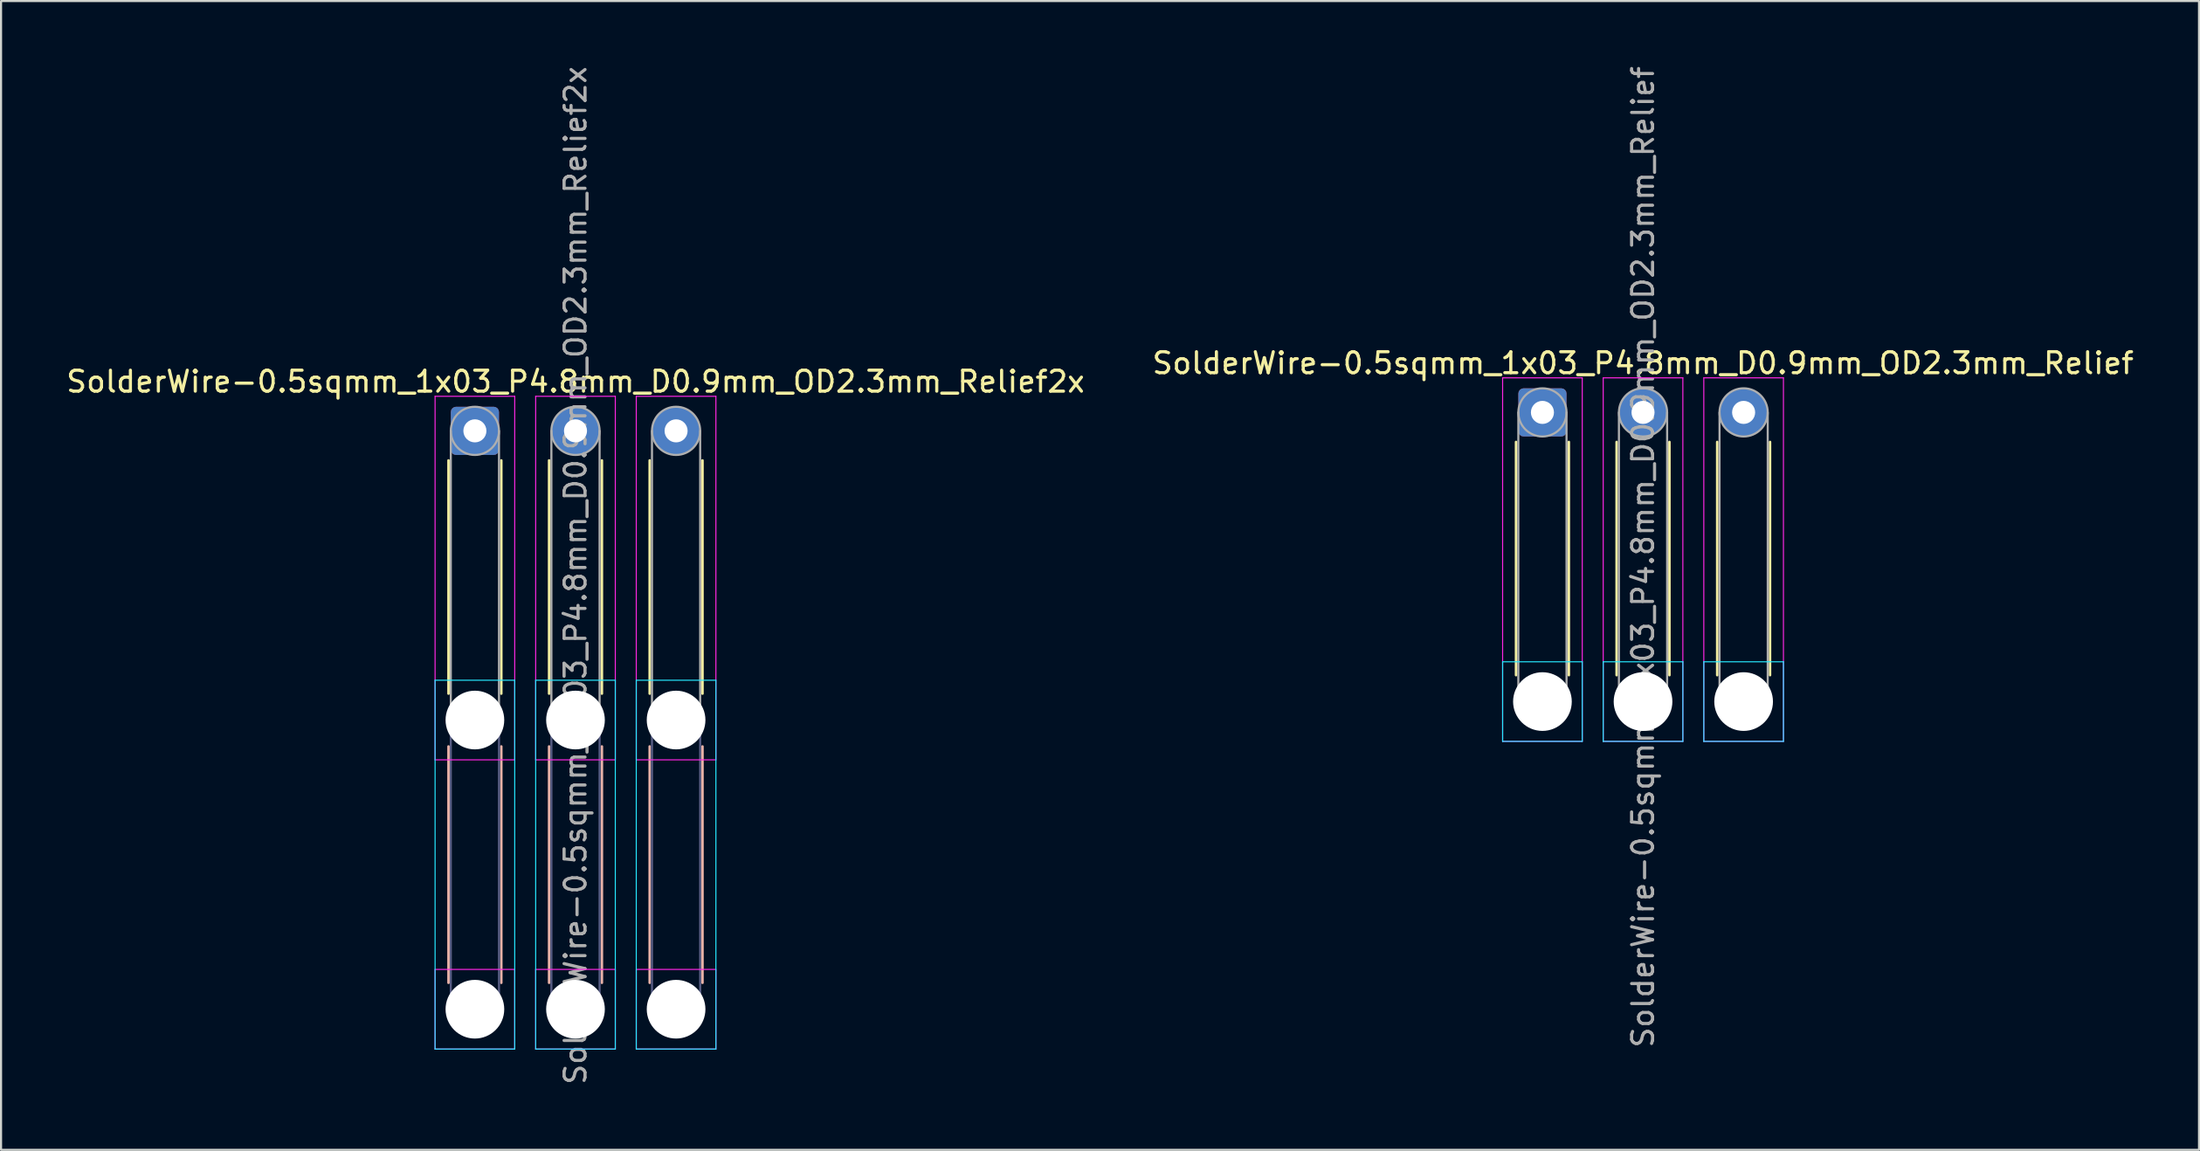
<source format=kicad_pcb>
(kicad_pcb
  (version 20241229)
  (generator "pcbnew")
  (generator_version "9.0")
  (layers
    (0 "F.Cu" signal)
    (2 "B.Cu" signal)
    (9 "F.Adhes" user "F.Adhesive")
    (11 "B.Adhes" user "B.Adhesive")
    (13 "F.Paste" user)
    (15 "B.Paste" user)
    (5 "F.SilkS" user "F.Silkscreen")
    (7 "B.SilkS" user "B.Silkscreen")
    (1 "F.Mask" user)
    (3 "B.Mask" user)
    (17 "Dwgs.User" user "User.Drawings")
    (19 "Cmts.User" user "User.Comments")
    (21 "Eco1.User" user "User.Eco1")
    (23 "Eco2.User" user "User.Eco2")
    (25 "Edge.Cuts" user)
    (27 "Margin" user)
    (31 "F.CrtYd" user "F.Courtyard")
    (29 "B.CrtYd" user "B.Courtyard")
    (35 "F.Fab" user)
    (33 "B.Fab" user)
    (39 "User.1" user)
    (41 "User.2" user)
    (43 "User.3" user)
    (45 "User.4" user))
  (footprint "SolderWire-0.5sqmm_1x03_P4.8mm_D0.9mm_OD2.3mm_Relief2x"
    (layer "F.Cu")
    (at 19.611 17.511)
    (property "Reference" "SolderWire-0.5sqmm_1x03_P4.8mm_D0.9mm_OD2.3mm_Relief2x" (at 4.8 -2.35 0) (layer "F.SilkS") (effects (font (size 1 1) (thickness 0.15))))
    (attr exclude_from_pos_files exclude_from_bom)
    (fp_line (start -1.26 1.41) (end -1.26 12.54) (stroke (width 0.12) (type solid)) (layer "F.SilkS"))
    (fp_line (start 1.26 1.41) (end 1.26 12.54) (stroke (width 0.12) (type solid)) (layer "F.SilkS"))
    (fp_line (start 3.54 1.41) (end 3.54 12.54) (stroke (width 0.12) (type solid)) (layer "F.SilkS"))
    (fp_line (start 6.06 1.41) (end 6.06 12.54) (stroke (width 0.12) (type solid)) (layer "F.SilkS"))
    (fp_line (start 8.34 1.41) (end 8.34 12.54) (stroke (width 0.12) (type solid)) (layer "F.SilkS"))
    (fp_line (start 10.86 1.41) (end 10.86 12.54) (stroke (width 0.12) (type solid)) (layer "F.SilkS"))
    (fp_line (start -1.26 15.06) (end -1.26 26.34) (stroke (width 0.12) (type solid)) (layer "B.SilkS"))
    (fp_line (start 1.26 15.06) (end 1.26 26.34) (stroke (width 0.12) (type solid)) (layer "B.SilkS"))
    (fp_line (start 3.54 15.06) (end 3.54 26.34) (stroke (width 0.12) (type solid)) (layer "B.SilkS"))
    (fp_line (start 6.06 15.06) (end 6.06 26.34) (stroke (width 0.12) (type solid)) (layer "B.SilkS"))
    (fp_line (start 8.34 15.06) (end 8.34 26.34) (stroke (width 0.12) (type solid)) (layer "B.SilkS"))
    (fp_line (start 10.86 15.06) (end 10.86 26.34) (stroke (width 0.12) (type solid)) (layer "B.SilkS"))
    (fp_line (start -1.9 11.9) (end -1.9 29.5) (stroke (width 0.05) (type solid)) (layer "B.CrtYd"))
    (fp_line (start -1.9 29.5) (end 1.9 29.5) (stroke (width 0.05) (type solid)) (layer "B.CrtYd"))
    (fp_line (start 1.9 11.9) (end -1.9 11.9) (stroke (width 0.05) (type solid)) (layer "B.CrtYd"))
    (fp_line (start 1.9 29.5) (end 1.9 11.9) (stroke (width 0.05) (type solid)) (layer "B.CrtYd"))
    (fp_line (start 2.9 11.9) (end 2.9 29.5) (stroke (width 0.05) (type solid)) (layer "B.CrtYd"))
    (fp_line (start 2.9 29.5) (end 6.7 29.5) (stroke (width 0.05) (type solid)) (layer "B.CrtYd"))
    (fp_line (start 6.7 11.9) (end 2.9 11.9) (stroke (width 0.05) (type solid)) (layer "B.CrtYd"))
    (fp_line (start 6.7 29.5) (end 6.7 11.9) (stroke (width 0.05) (type solid)) (layer "B.CrtYd"))
    (fp_line (start 7.7 11.9) (end 7.7 29.5) (stroke (width 0.05) (type solid)) (layer "B.CrtYd"))
    (fp_line (start 7.7 29.5) (end 11.5 29.5) (stroke (width 0.05) (type solid)) (layer "B.CrtYd"))
    (fp_line (start 11.5 11.9) (end 7.7 11.9) (stroke (width 0.05) (type solid)) (layer "B.CrtYd"))
    (fp_line (start 11.5 29.5) (end 11.5 11.9) (stroke (width 0.05) (type solid)) (layer "B.CrtYd"))
    (fp_line (start -1.9 -1.65) (end -1.9 15.7) (stroke (width 0.05) (type solid)) (layer "F.CrtYd"))
    (fp_line (start -1.9 15.7) (end 1.9 15.7) (stroke (width 0.05) (type solid)) (layer "F.CrtYd"))
    (fp_line (start -1.9 25.7) (end -1.9 29.5) (stroke (width 0.05) (type solid)) (layer "F.CrtYd"))
    (fp_line (start -1.9 29.5) (end 1.9 29.5) (stroke (width 0.05) (type solid)) (layer "F.CrtYd"))
    (fp_line (start 1.9 -1.65) (end -1.9 -1.65) (stroke (width 0.05) (type solid)) (layer "F.CrtYd"))
    (fp_line (start 1.9 15.7) (end 1.9 -1.65) (stroke (width 0.05) (type solid)) (layer "F.CrtYd"))
    (fp_line (start 1.9 25.7) (end -1.9 25.7) (stroke (width 0.05) (type solid)) (layer "F.CrtYd"))
    (fp_line (start 1.9 29.5) (end 1.9 25.7) (stroke (width 0.05) (type solid)) (layer "F.CrtYd"))
    (fp_line (start 2.9 -1.65) (end 2.9 15.7) (stroke (width 0.05) (type solid)) (layer "F.CrtYd"))
    (fp_line (start 2.9 15.7) (end 6.7 15.7) (stroke (width 0.05) (type solid)) (layer "F.CrtYd"))
    (fp_line (start 2.9 25.7) (end 2.9 29.5) (stroke (width 0.05) (type solid)) (layer "F.CrtYd"))
    (fp_line (start 2.9 29.5) (end 6.7 29.5) (stroke (width 0.05) (type solid)) (layer "F.CrtYd"))
    (fp_line (start 6.7 -1.65) (end 2.9 -1.65) (stroke (width 0.05) (type solid)) (layer "F.CrtYd"))
    (fp_line (start 6.7 15.7) (end 6.7 -1.65) (stroke (width 0.05) (type solid)) (layer "F.CrtYd"))
    (fp_line (start 6.7 25.7) (end 2.9 25.7) (stroke (width 0.05) (type solid)) (layer "F.CrtYd"))
    (fp_line (start 6.7 29.5) (end 6.7 25.7) (stroke (width 0.05) (type solid)) (layer "F.CrtYd"))
    (fp_line (start 7.7 -1.65) (end 7.7 15.7) (stroke (width 0.05) (type solid)) (layer "F.CrtYd"))
    (fp_line (start 7.7 15.7) (end 11.5 15.7) (stroke (width 0.05) (type solid)) (layer "F.CrtYd"))
    (fp_line (start 7.7 25.7) (end 7.7 29.5) (stroke (width 0.05) (type solid)) (layer "F.CrtYd"))
    (fp_line (start 7.7 29.5) (end 11.5 29.5) (stroke (width 0.05) (type solid)) (layer "F.CrtYd"))
    (fp_line (start 11.5 -1.65) (end 7.7 -1.65) (stroke (width 0.05) (type solid)) (layer "F.CrtYd"))
    (fp_line (start 11.5 15.7) (end 11.5 -1.65) (stroke (width 0.05) (type solid)) (layer "F.CrtYd"))
    (fp_line (start 11.5 25.7) (end 7.7 25.7) (stroke (width 0.05) (type solid)) (layer "F.CrtYd"))
    (fp_line (start 11.5 29.5) (end 11.5 25.7) (stroke (width 0.05) (type solid)) (layer "F.CrtYd"))
    (fp_line (start -1.15 13.8) (end -1.15 27.6) (stroke (width 0.1) (type solid)) (layer "B.Fab"))
    (fp_line (start 1.15 13.8) (end 1.15 27.6) (stroke (width 0.1) (type solid)) (layer "B.Fab"))
    (fp_line (start 3.65 13.8) (end 3.65 27.6) (stroke (width 0.1) (type solid)) (layer "B.Fab"))
    (fp_line (start 5.95 13.8) (end 5.95 27.6) (stroke (width 0.1) (type solid)) (layer "B.Fab"))
    (fp_line (start 8.45 13.8) (end 8.45 27.6) (stroke (width 0.1) (type solid)) (layer "B.Fab"))
    (fp_line (start 10.75 13.8) (end 10.75 27.6) (stroke (width 0.1) (type solid)) (layer "B.Fab"))
    (fp_circle (center 0 13.8) (end 1.15 13.8) (stroke (width 0.1) (type solid)) (fill no) (layer "B.Fab"))
    (fp_circle (center 0 27.6) (end 1.15 27.6) (stroke (width 0.1) (type solid)) (fill no) (layer "B.Fab"))
    (fp_circle (center 4.8 13.8) (end 5.95 13.8) (stroke (width 0.1) (type solid)) (fill no) (layer "B.Fab"))
    (fp_circle (center 4.8 27.6) (end 5.95 27.6) (stroke (width 0.1) (type solid)) (fill no) (layer "B.Fab"))
    (fp_circle (center 9.6 13.8) (end 10.75 13.8) (stroke (width 0.1) (type solid)) (fill no) (layer "B.Fab"))
    (fp_circle (center 9.6 27.6) (end 10.75 27.6) (stroke (width 0.1) (type solid)) (fill no) (layer "B.Fab"))
    (fp_line (start -1.15 0) (end -1.15 13.8) (stroke (width 0.1) (type solid)) (layer "F.Fab"))
    (fp_line (start 1.15 0) (end 1.15 13.8) (stroke (width 0.1) (type solid)) (layer "F.Fab"))
    (fp_line (start 3.65 0) (end 3.65 13.8) (stroke (width 0.1) (type solid)) (layer "F.Fab"))
    (fp_line (start 5.95 0) (end 5.95 13.8) (stroke (width 0.1) (type solid)) (layer "F.Fab"))
    (fp_line (start 8.45 0) (end 8.45 13.8) (stroke (width 0.1) (type solid)) (layer "F.Fab"))
    (fp_line (start 10.75 0) (end 10.75 13.8) (stroke (width 0.1) (type solid)) (layer "F.Fab"))
    (fp_circle (center 0 0) (end 1.15 0) (stroke (width 0.1) (type solid)) (fill no) (layer "F.Fab"))
    (fp_circle (center 0 13.8) (end 1.15 13.8) (stroke (width 0.1) (type solid)) (fill no) (layer "F.Fab"))
    (fp_circle (center 0 27.6) (end 1.15 27.6) (stroke (width 0.1) (type solid)) (fill no) (layer "F.Fab"))
    (fp_circle (center 4.8 0) (end 5.95 0) (stroke (width 0.1) (type solid)) (fill no) (layer "F.Fab"))
    (fp_circle (center 4.8 13.8) (end 5.95 13.8) (stroke (width 0.1) (type solid)) (fill no) (layer "F.Fab"))
    (fp_circle (center 4.8 27.6) (end 5.95 27.6) (stroke (width 0.1) (type solid)) (fill no) (layer "F.Fab"))
    (fp_circle (center 9.6 0) (end 10.75 0) (stroke (width 0.1) (type solid)) (fill no) (layer "F.Fab"))
    (fp_circle (center 9.6 13.8) (end 10.75 13.8) (stroke (width 0.1) (type solid)) (fill no) (layer "F.Fab"))
    (fp_circle (center 9.6 27.6) (end 10.75 27.6) (stroke (width 0.1) (type solid)) (fill no) (layer "F.Fab"))
    (fp_text user "${REFERENCE}" (at 4.8 6.9 90) (layer "F.Fab") (effects (font (size 1 1) (thickness 0.15))))
    (pad "" np_thru_hole circle (at 0 13.8) (size 2.8 2.8) (drill 2.8) (layers "*.Cu" "*.Mask"))
    (pad "" np_thru_hole circle (at 0 27.6) (size 2.8 2.8) (drill 2.8) (layers "*.Cu" "*.Mask"))
    (pad "" np_thru_hole circle (at 4.8 13.8) (size 2.8 2.8) (drill 2.8) (layers "*.Cu" "*.Mask"))
    (pad "" np_thru_hole circle (at 4.8 27.6) (size 2.8 2.8) (drill 2.8) (layers "*.Cu" "*.Mask"))
    (pad "" np_thru_hole circle (at 9.6 13.8) (size 2.8 2.8) (drill 2.8) (layers "*.Cu" "*.Mask"))
    (pad "" np_thru_hole circle (at 9.6 27.6) (size 2.8 2.8) (drill 2.8) (layers "*.Cu" "*.Mask"))
    (pad "1" thru_hole roundrect (at 0 0) (size 2.3 2.3) (drill 1.1) (layers "*.Cu" "*.Mask") (roundrect_rratio 0.109))
    (pad "2" thru_hole circle (at 4.8 0) (size 2.3 2.3) (drill 1.1) (layers "*.Cu" "*.Mask"))
    (pad "3" thru_hole circle (at 9.6 0) (size 2.3 2.3) (drill 1.1) (layers "*.Cu" "*.Mask")))
  (footprint "SolderWire-0.5sqmm_1x03_P4.8mm_D0.9mm_OD2.3mm_Relief"
    (layer "F.Cu")
    (at 70.551 16.63)
    (property "Reference" "SolderWire-0.5sqmm_1x03_P4.8mm_D0.9mm_OD2.3mm_Relief" (at 4.8 -2.35 0) (layer "F.SilkS") (effects (font (size 1 1) (thickness 0.15))))
    (attr exclude_from_pos_files exclude_from_bom)
    (fp_line (start -1.26 1.41) (end -1.26 12.54) (stroke (width 0.12) (type solid)) (layer "F.SilkS"))
    (fp_line (start 1.26 1.41) (end 1.26 12.54) (stroke (width 0.12) (type solid)) (layer "F.SilkS"))
    (fp_line (start 3.54 1.41) (end 3.54 12.54) (stroke (width 0.12) (type solid)) (layer "F.SilkS"))
    (fp_line (start 6.06 1.41) (end 6.06 12.54) (stroke (width 0.12) (type solid)) (layer "F.SilkS"))
    (fp_line (start 8.34 1.41) (end 8.34 12.54) (stroke (width 0.12) (type solid)) (layer "F.SilkS"))
    (fp_line (start 10.86 1.41) (end 10.86 12.54) (stroke (width 0.12) (type solid)) (layer "F.SilkS"))
    (fp_line (start -1.9 11.9) (end -1.9 15.7) (stroke (width 0.05) (type solid)) (layer "B.CrtYd"))
    (fp_line (start -1.9 15.7) (end 1.9 15.7) (stroke (width 0.05) (type solid)) (layer "B.CrtYd"))
    (fp_line (start 1.9 11.9) (end -1.9 11.9) (stroke (width 0.05) (type solid)) (layer "B.CrtYd"))
    (fp_line (start 1.9 15.7) (end 1.9 11.9) (stroke (width 0.05) (type solid)) (layer "B.CrtYd"))
    (fp_line (start 2.9 11.9) (end 2.9 15.7) (stroke (width 0.05) (type solid)) (layer "B.CrtYd"))
    (fp_line (start 2.9 15.7) (end 6.7 15.7) (stroke (width 0.05) (type solid)) (layer "B.CrtYd"))
    (fp_line (start 6.7 11.9) (end 2.9 11.9) (stroke (width 0.05) (type solid)) (layer "B.CrtYd"))
    (fp_line (start 6.7 15.7) (end 6.7 11.9) (stroke (width 0.05) (type solid)) (layer "B.CrtYd"))
    (fp_line (start 7.7 11.9) (end 7.7 15.7) (stroke (width 0.05) (type solid)) (layer "B.CrtYd"))
    (fp_line (start 7.7 15.7) (end 11.5 15.7) (stroke (width 0.05) (type solid)) (layer "B.CrtYd"))
    (fp_line (start 11.5 11.9) (end 7.7 11.9) (stroke (width 0.05) (type solid)) (layer "B.CrtYd"))
    (fp_line (start 11.5 15.7) (end 11.5 11.9) (stroke (width 0.05) (type solid)) (layer "B.CrtYd"))
    (fp_line (start -1.9 -1.65) (end -1.9 15.7) (stroke (width 0.05) (type solid)) (layer "F.CrtYd"))
    (fp_line (start -1.9 15.7) (end 1.9 15.7) (stroke (width 0.05) (type solid)) (layer "F.CrtYd"))
    (fp_line (start 1.9 -1.65) (end -1.9 -1.65) (stroke (width 0.05) (type solid)) (layer "F.CrtYd"))
    (fp_line (start 1.9 15.7) (end 1.9 -1.65) (stroke (width 0.05) (type solid)) (layer "F.CrtYd"))
    (fp_line (start 2.9 -1.65) (end 2.9 15.7) (stroke (width 0.05) (type solid)) (layer "F.CrtYd"))
    (fp_line (start 2.9 15.7) (end 6.7 15.7) (stroke (width 0.05) (type solid)) (layer "F.CrtYd"))
    (fp_line (start 6.7 -1.65) (end 2.9 -1.65) (stroke (width 0.05) (type solid)) (layer "F.CrtYd"))
    (fp_line (start 6.7 15.7) (end 6.7 -1.65) (stroke (width 0.05) (type solid)) (layer "F.CrtYd"))
    (fp_line (start 7.7 -1.65) (end 7.7 15.7) (stroke (width 0.05) (type solid)) (layer "F.CrtYd"))
    (fp_line (start 7.7 15.7) (end 11.5 15.7) (stroke (width 0.05) (type solid)) (layer "F.CrtYd"))
    (fp_line (start 11.5 -1.65) (end 7.7 -1.65) (stroke (width 0.05) (type solid)) (layer "F.CrtYd"))
    (fp_line (start 11.5 15.7) (end 11.5 -1.65) (stroke (width 0.05) (type solid)) (layer "F.CrtYd"))
    (fp_line (start -1.15 0) (end -1.15 13.8) (stroke (width 0.1) (type solid)) (layer "F.Fab"))
    (fp_line (start 1.15 0) (end 1.15 13.8) (stroke (width 0.1) (type solid)) (layer "F.Fab"))
    (fp_line (start 3.65 0) (end 3.65 13.8) (stroke (width 0.1) (type solid)) (layer "F.Fab"))
    (fp_line (start 5.95 0) (end 5.95 13.8) (stroke (width 0.1) (type solid)) (layer "F.Fab"))
    (fp_line (start 8.45 0) (end 8.45 13.8) (stroke (width 0.1) (type solid)) (layer "F.Fab"))
    (fp_line (start 10.75 0) (end 10.75 13.8) (stroke (width 0.1) (type solid)) (layer "F.Fab"))
    (fp_circle (center 0 0) (end 1.15 0) (stroke (width 0.1) (type solid)) (fill no) (layer "F.Fab"))
    (fp_circle (center 0 13.8) (end 1.15 13.8) (stroke (width 0.1) (type solid)) (fill no) (layer "F.Fab"))
    (fp_circle (center 4.8 0) (end 5.95 0) (stroke (width 0.1) (type solid)) (fill no) (layer "F.Fab"))
    (fp_circle (center 4.8 13.8) (end 5.95 13.8) (stroke (width 0.1) (type solid)) (fill no) (layer "F.Fab"))
    (fp_circle (center 9.6 0) (end 10.75 0) (stroke (width 0.1) (type solid)) (fill no) (layer "F.Fab"))
    (fp_circle (center 9.6 13.8) (end 10.75 13.8) (stroke (width 0.1) (type solid)) (fill no) (layer "F.Fab"))
    (fp_text user "${REFERENCE}" (at 4.8 6.9 90) (layer "F.Fab") (effects (font (size 1 1) (thickness 0.15))))
    (pad "" np_thru_hole circle (at 0 13.8) (size 2.8 2.8) (drill 2.8) (layers "*.Cu" "*.Mask"))
    (pad "" np_thru_hole circle (at 4.8 13.8) (size 2.8 2.8) (drill 2.8) (layers "*.Cu" "*.Mask"))
    (pad "" np_thru_hole circle (at 9.6 13.8) (size 2.8 2.8) (drill 2.8) (layers "*.Cu" "*.Mask"))
    (pad "1" thru_hole roundrect (at 0 0) (size 2.3 2.3) (drill 1.1) (layers "*.Cu" "*.Mask") (roundrect_rratio 0.109))
    (pad "2" thru_hole circle (at 4.8 0) (size 2.3 2.3) (drill 1.1) (layers "*.Cu" "*.Mask"))
    (pad "3" thru_hole circle (at 9.6 0) (size 2.3 2.3) (drill 1.1) (layers "*.Cu" "*.Mask")))
  (gr_rect
    (start -3 -3)
    (end 101.881 51.821)
    (stroke (width 0.1) (type default))
    (fill no)
    (layer "Edge.Cuts")))
</source>
